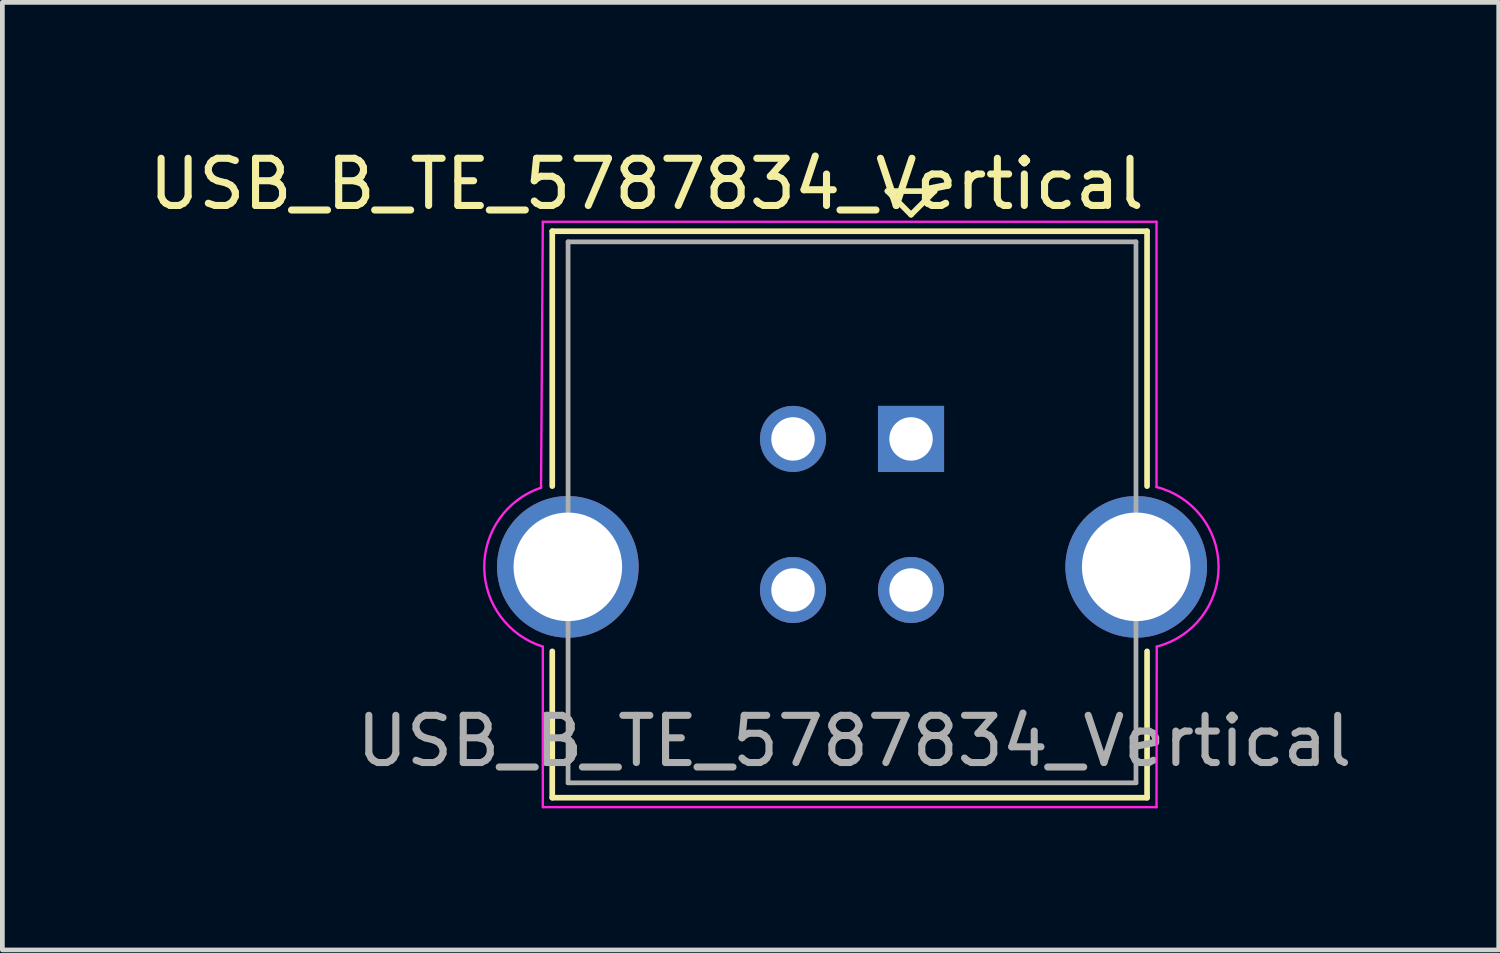
<source format=kicad_pcb>
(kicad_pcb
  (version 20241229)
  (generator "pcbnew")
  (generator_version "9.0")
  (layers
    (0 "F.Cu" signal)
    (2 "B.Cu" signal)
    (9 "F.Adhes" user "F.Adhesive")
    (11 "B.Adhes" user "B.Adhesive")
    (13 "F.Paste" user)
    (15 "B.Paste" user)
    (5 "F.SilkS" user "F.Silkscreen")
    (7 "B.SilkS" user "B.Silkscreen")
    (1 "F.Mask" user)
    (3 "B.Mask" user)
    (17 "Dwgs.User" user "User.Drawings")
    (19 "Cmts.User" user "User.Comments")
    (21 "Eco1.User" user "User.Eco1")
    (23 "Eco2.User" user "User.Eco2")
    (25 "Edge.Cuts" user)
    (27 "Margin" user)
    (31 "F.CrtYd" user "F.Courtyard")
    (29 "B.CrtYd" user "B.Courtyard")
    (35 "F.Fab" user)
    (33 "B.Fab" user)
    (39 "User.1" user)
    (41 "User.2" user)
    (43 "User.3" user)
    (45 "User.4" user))
  (footprint "USB_B_TE_5787834_Vertical"
    (layer "F.Cu")
    (at 16.249 6.248)
    (property "Reference" "USB_B_TE_5787834_Vertical" (at -5.6 -5.4 0) (layer "F.SilkS") (effects (font (size 1 1) (thickness 0.15))))
    (attr through_hole)
    (fp_line (start -7.6 -4.4) (end 5 -4.4) (stroke (width 0.12) (type solid)) (layer "F.SilkS"))
    (fp_line (start -7.6 1) (end -7.6 -4.4) (stroke (width 0.12) (type solid)) (layer "F.SilkS"))
    (fp_line (start -7.6 7.6) (end -7.6 4.5) (stroke (width 0.12) (type solid)) (layer "F.SilkS"))
    (fp_line (start -0.5 -5.25) (end 0 -4.75) (stroke (width 0.12) (type solid)) (layer "F.SilkS"))
    (fp_line (start 0 -4.75) (end 0.5 -5.25) (stroke (width 0.12) (type solid)) (layer "F.SilkS"))
    (fp_line (start 0.5 -5.25) (end -0.5 -5.25) (stroke (width 0.12) (type solid)) (layer "F.SilkS"))
    (fp_line (start 5 -4.4) (end 5 1) (stroke (width 0.12) (type solid)) (layer "F.SilkS"))
    (fp_line (start 5 4.5) (end 5 7.6) (stroke (width 0.12) (type solid)) (layer "F.SilkS"))
    (fp_line (start 5 7.6) (end -7.6 7.6) (stroke (width 0.12) (type solid)) (layer "F.SilkS"))
    (fp_line (start -7.838 1.032) (end -7.8 -4.6) (stroke (width 0.05) (type default)) (layer "F.CrtYd"))
    (fp_line (start -7.8 4.4) (end -7.8 7.8) (stroke (width 0.05) (type solid)) (layer "F.CrtYd"))
    (fp_line (start -7.8 -4.6) (end 5.2 -4.6) (stroke (width 0.05) (type solid)) (layer "F.CrtYd"))
    (fp_line (start 5.2 7.8) (end -7.8 7.8) (stroke (width 0.05) (type solid)) (layer "F.CrtYd"))
    (fp_line (start 5.2 1.019) (end 5.2 -4.6) (stroke (width 0.05) (type solid)) (layer "F.CrtYd"))
    (fp_line (start 5.205 4.4) (end 5.2 7.8) (stroke (width 0.05) (type default)) (layer "F.CrtYd"))
    (fp_arc (start -7.8 4.4) (mid -9.041045 2.730012) (end -7.838053 1.032408) (stroke (width 0.05) (type solid)) (layer "F.CrtYd"))
    (fp_arc (start 5.198167 1.018233) (mid 6.515105 2.706428) (end 5.205088 4.4) (stroke (width 0.05) (type solid)) (layer "F.CrtYd"))
    (fp_line (start -7.265 -4.175) (end 4.765 -4.175) (stroke (width 0.1) (type solid)) (layer "F.Fab"))
    (fp_line (start -7.265 7.285) (end -7.265 -4.175) (stroke (width 0.1) (type solid)) (layer "F.Fab"))
    (fp_line (start 4.765 -4.175) (end 4.765 7.285) (stroke (width 0.1) (type solid)) (layer "F.Fab"))
    (fp_line (start 4.765 7.285) (end -7.265 7.285) (stroke (width 0.1) (type solid)) (layer "F.Fab"))
    (fp_text user "${REFERENCE}" (at -1.2 6.4 0) (layer "F.Fab") (effects (font (size 1 1) (thickness 0.15))))
    (pad "1" thru_hole rect (at 0 0) (size 1.4 1.4) (drill 0.92) (layers "*.Cu" "*.Mask"))
    (pad "2" thru_hole circle (at -2.5 0) (size 1.4 1.4) (drill 0.92) (layers "*.Cu" "*.Mask"))
    (pad "3" thru_hole circle (at -2.5 3.2) (size 1.4 1.4) (drill 0.92) (layers "*.Cu" "*.Mask"))
    (pad "4" thru_hole circle (at 0 3.2) (size 1.4 1.4) (drill 0.92) (layers "*.Cu" "*.Mask"))
    (pad "5" thru_hole circle (at -7.27 2.71) (size 3 3) (drill 2.3) (layers "*.Cu" "*.Mask"))
    (pad "5" thru_hole circle (at 4.77 2.71) (size 3 3) (drill 2.3) (layers "*.Cu" "*.Mask")))
  (gr_rect
    (start -3 -3)
    (end 28.698 17.073)
    (stroke (width 0.1) (type default))
    (fill no)
    (layer "Edge.Cuts")))
</source>
